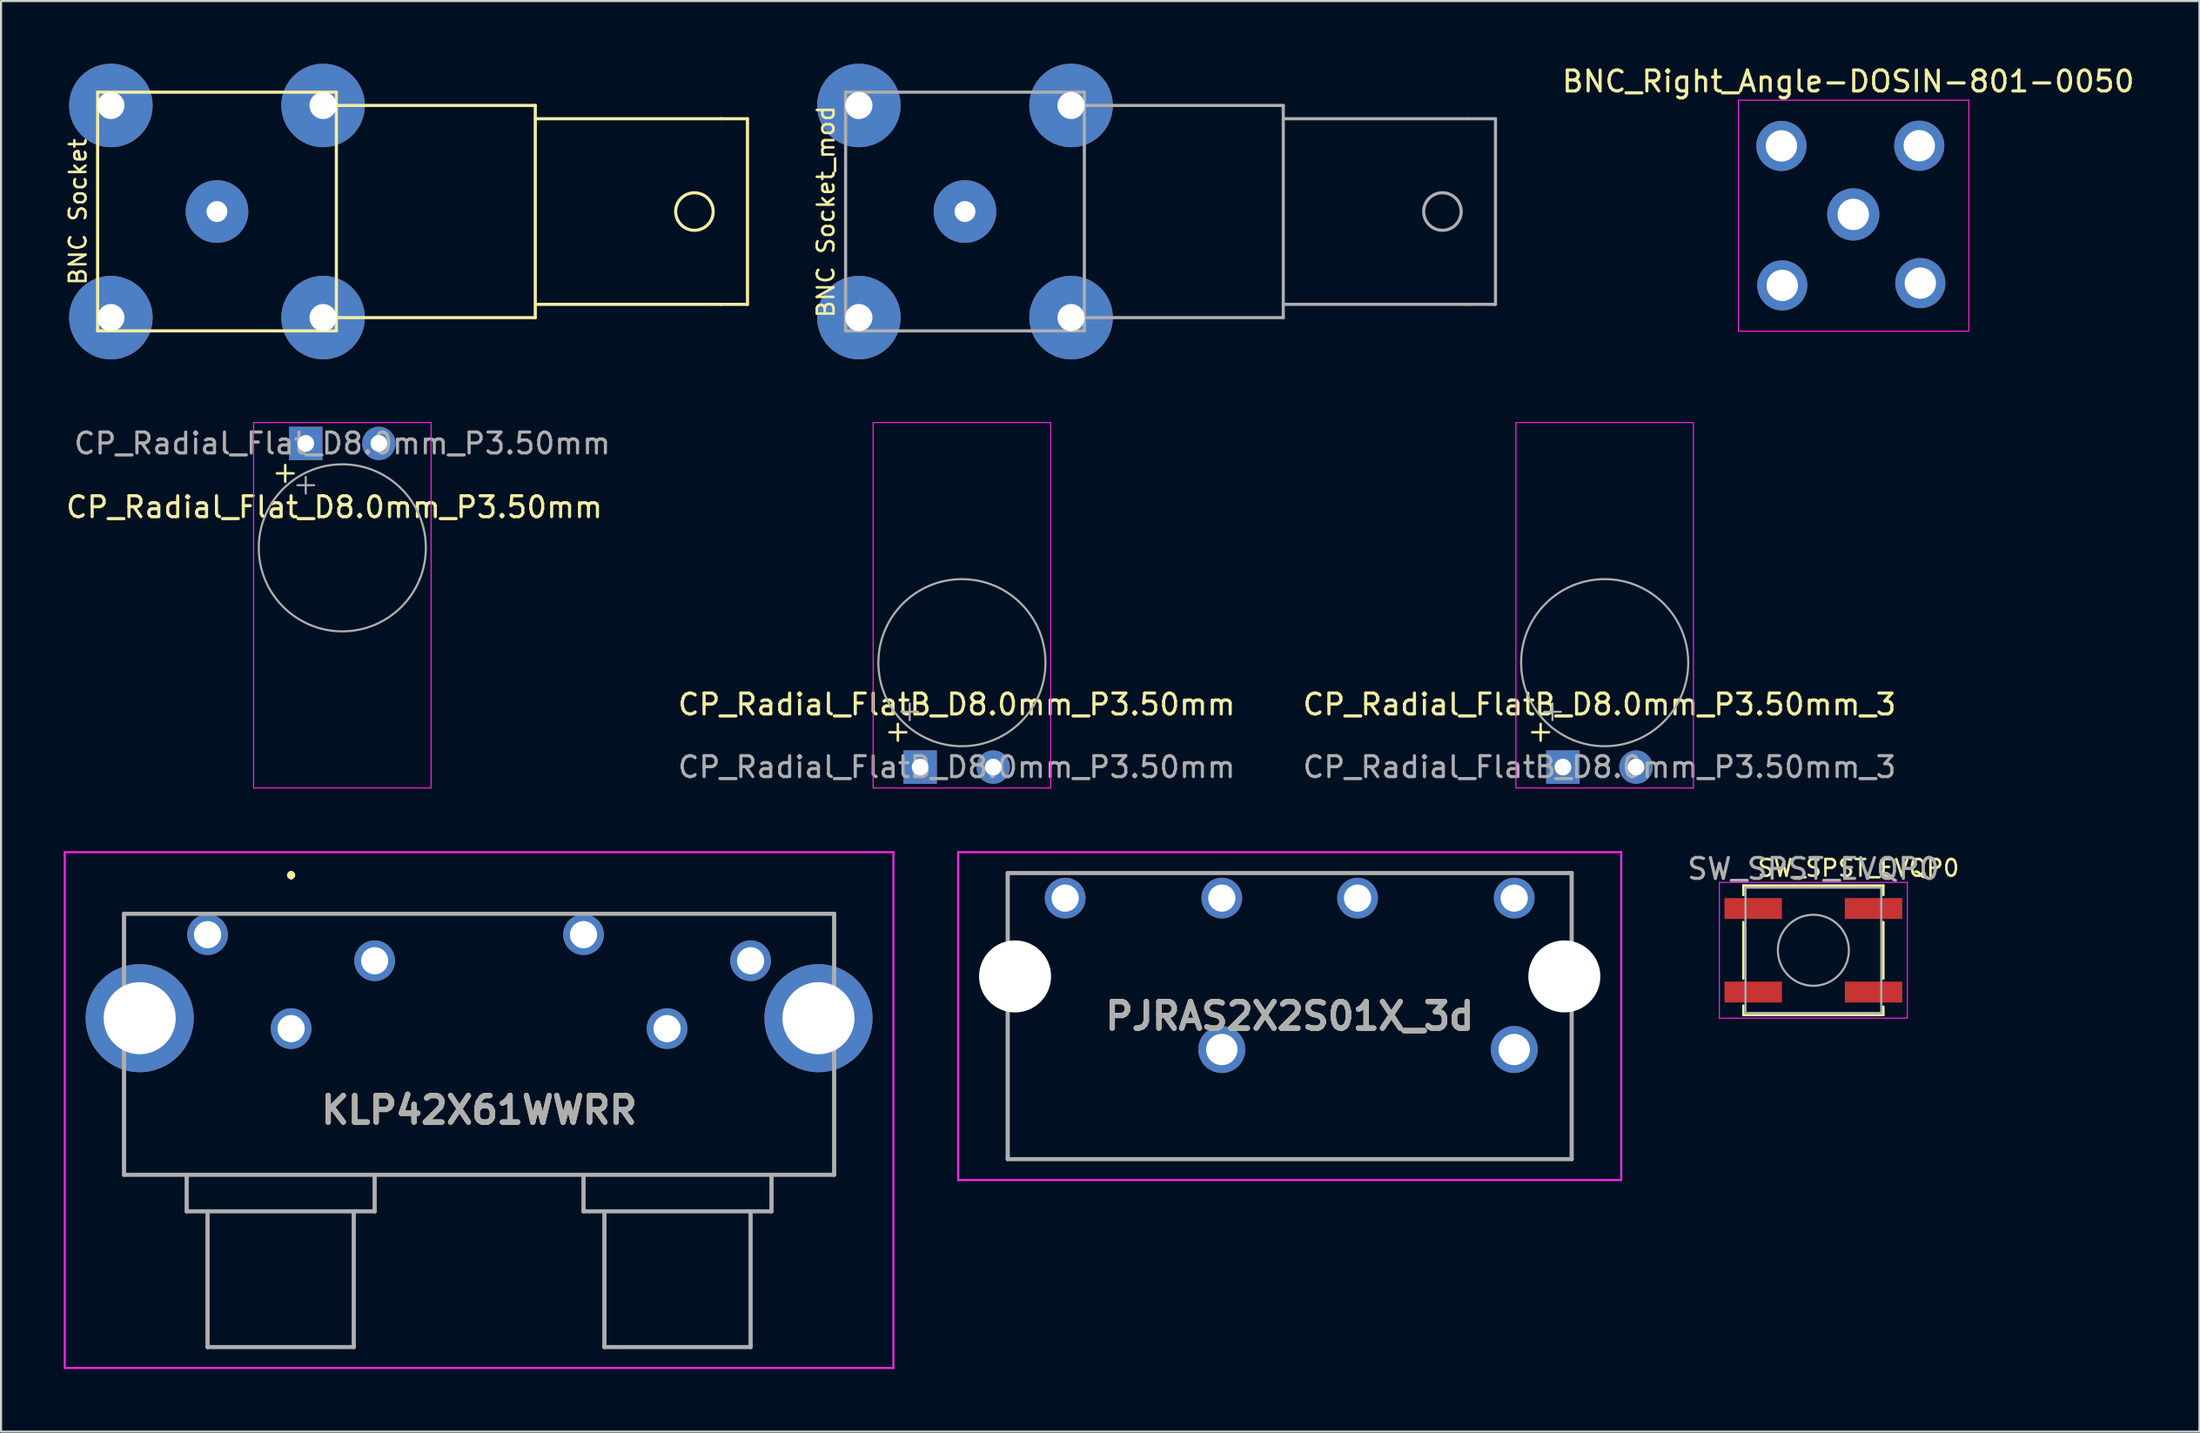
<source format=kicad_pcb>
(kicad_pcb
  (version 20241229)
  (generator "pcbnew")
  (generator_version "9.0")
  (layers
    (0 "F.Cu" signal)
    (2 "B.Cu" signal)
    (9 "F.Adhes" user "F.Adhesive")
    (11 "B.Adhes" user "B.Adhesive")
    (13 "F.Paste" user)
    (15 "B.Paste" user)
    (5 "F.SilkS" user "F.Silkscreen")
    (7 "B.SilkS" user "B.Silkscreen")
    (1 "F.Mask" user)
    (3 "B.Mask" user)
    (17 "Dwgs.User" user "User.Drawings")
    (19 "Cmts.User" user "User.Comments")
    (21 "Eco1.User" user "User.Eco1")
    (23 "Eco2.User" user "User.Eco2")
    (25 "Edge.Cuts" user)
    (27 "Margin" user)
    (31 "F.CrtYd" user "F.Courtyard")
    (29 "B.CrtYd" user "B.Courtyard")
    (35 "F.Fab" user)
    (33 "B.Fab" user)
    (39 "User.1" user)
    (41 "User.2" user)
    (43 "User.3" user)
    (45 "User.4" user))
  (footprint "SW_SPST_EVQP0"
    (layer "F.Cu")
    (at 83.772 42.458)
    (property "Reference" "SW_SPST_EVQP0" (at 2.159 -3.937 180) (layer "F.SilkS") (effects (font (size 0.8 0.8) (thickness 0.12))))
    (attr smd)
    (fp_line (start -3.35 -3.1) (end 3.35 -3.1) (stroke (width 0.12) (type solid)) (layer "F.SilkS"))
    (fp_line (start -3.35 -2.65) (end -3.35 -3.1) (stroke (width 0.12) (type solid)) (layer "F.SilkS"))
    (fp_line (start -3.35 1.35) (end -3.35 -1.35) (stroke (width 0.12) (type solid)) (layer "F.SilkS"))
    (fp_line (start -3.35 2.65) (end -3.35 3.1) (stroke (width 0.12) (type solid)) (layer "F.SilkS"))
    (fp_line (start -3.35 3.1) (end 3.35 3.1) (stroke (width 0.12) (type solid)) (layer "F.SilkS"))
    (fp_line (start 3.35 -3.1) (end 3.35 -2.65) (stroke (width 0.12) (type solid)) (layer "F.SilkS"))
    (fp_line (start 3.35 -1.35) (end 3.35 1.35) (stroke (width 0.12) (type solid)) (layer "F.SilkS"))
    (fp_line (start 3.35 3.1) (end 3.35 2.7) (stroke (width 0.12) (type solid)) (layer "F.SilkS"))
    (fp_line (start -4.5 -3.25) (end 4.5 -3.25) (stroke (width 0.05) (type solid)) (layer "F.CrtYd"))
    (fp_line (start -4.5 3.25) (end -4.5 -3.25) (stroke (width 0.05) (type solid)) (layer "F.CrtYd"))
    (fp_line (start 4.5 -3.25) (end 4.5 3.25) (stroke (width 0.05) (type solid)) (layer "F.CrtYd"))
    (fp_line (start 4.5 3.25) (end -4.5 3.25) (stroke (width 0.05) (type solid)) (layer "F.CrtYd"))
    (fp_line (start -3.25 -3) (end 3.25 -3) (stroke (width 0.1) (type solid)) (layer "F.Fab"))
    (fp_line (start -3.25 3) (end -3.25 -3) (stroke (width 0.1) (type solid)) (layer "F.Fab"))
    (fp_line (start 3.25 -3) (end 3.25 3) (stroke (width 0.1) (type solid)) (layer "F.Fab"))
    (fp_line (start 3.25 3) (end -3.25 3) (stroke (width 0.1) (type solid)) (layer "F.Fab"))
    (fp_circle (center 0 0) (end 1.7 0) (stroke (width 0.1) (type solid)) (fill no) (layer "F.Fab"))
    (fp_text user "${REFERENCE}" (at 0 -3.9 180) (layer "F.Fab") (effects (font (size 1 1) (thickness 0.15))))
    (pad "1" smd rect (at -2.88 -2) (size 2.75 1) (layers "F.Cu" "F.Mask" "F.Paste"))
    (pad "1" smd rect (at 2.88 -2) (size 2.75 1) (layers "F.Cu" "F.Mask" "F.Paste"))
    (pad "2" smd rect (at -2.88 2) (size 2.75 1) (layers "F.Cu" "F.Mask" "F.Paste"))
    (pad "2" smd rect (at 2.88 2) (size 2.75 1) (layers "F.Cu" "F.Mask" "F.Paste")))
  (footprint "CP_Radial_FlatB_D8.0mm_P3.50mm_3"
    (layer "F.Cu")
    (at 71.78 33.685)
    (property "Reference" "CP_Radial_FlatB_D8.0mm_P3.50mm_3" (at 1.75 -3 0) (layer "F.SilkS") (effects (font (size 1 1) (thickness 0.15))))
    (attr through_hole)
    (fp_line (start -1.468 -1.667) (end -0.667 -1.667) (stroke (width 0.12) (type solid)) (layer "F.SilkS"))
    (fp_line (start -1.067 -1.267) (end -1.067 -2.067) (stroke (width 0.12) (type solid)) (layer "F.SilkS"))
    (fp_rect (start -2.25 -16.5) (end 6.25 1) (stroke (width 0.05) (type default)) (fill no) (layer "F.CrtYd"))
    (fp_line (start -0.9 -2.65) (end -0.1 -2.65) (stroke (width 0.1) (type solid)) (layer "F.Fab"))
    (fp_line (start -0.5 -2.25) (end -0.5 -3.05) (stroke (width 0.1) (type solid)) (layer "F.Fab"))
    (fp_circle (center 2 -5) (end 6 -5) (stroke (width 0.1) (type solid)) (fill no) (layer "F.Fab"))
    (fp_text user "${REFERENCE}" (at 1.75 0 0) (layer "F.Fab") (effects (font (size 1 1) (thickness 0.15))))
    (pad "1" thru_hole rect (at 0 0) (size 1.6 1.6) (drill 0.8) (layers "*.Cu" "*.Mask"))
    (pad "2" thru_hole circle (at 3.5 0) (size 1.6 1.6) (drill 0.8) (layers "*.Cu" "*.Mask")))
  (footprint "BNC Socket"
    (layer "F.Cu")
    (at 7.339 7.08)
    (property "Reference" "BNC Socket" (at -6.66 0.01 270) (layer "F.SilkS") (effects (font (size 0.8 0.8) (thickness 0.12))))
    (attr through_hole)
    (fp_line (start -5.715 -5.715) (end 5.715 -5.715) (stroke (width 0.15) (type solid)) (layer "F.SilkS"))
    (fp_line (start -5.715 5.715) (end -5.715 -5.715) (stroke (width 0.15) (type solid)) (layer "F.SilkS"))
    (fp_line (start 5.715 -5.715) (end 5.715 5.715) (stroke (width 0.15) (type solid)) (layer "F.SilkS"))
    (fp_line (start 5.715 -5.08) (end 15.24 -5.08) (stroke (width 0.15) (type solid)) (layer "F.SilkS"))
    (fp_line (start 5.715 5.715) (end -5.715 5.715) (stroke (width 0.15) (type solid)) (layer "F.SilkS"))
    (fp_line (start 15.24 -5.08) (end 15.24 5.08) (stroke (width 0.15) (type solid)) (layer "F.SilkS"))
    (fp_line (start 15.24 -4.445) (end 24.13 -4.445) (stroke (width 0.15) (type solid)) (layer "F.SilkS"))
    (fp_line (start 15.24 5.08) (end 5.715 5.08) (stroke (width 0.15) (type solid)) (layer "F.SilkS"))
    (fp_line (start 24.13 -4.445) (end 25.4 -4.445) (stroke (width 0.15) (type solid)) (layer "F.SilkS"))
    (fp_line (start 24.13 4.445) (end 15.24 4.445) (stroke (width 0.15) (type solid)) (layer "F.SilkS"))
    (fp_line (start 25.4 -4.445) (end 25.4 4.445) (stroke (width 0.15) (type solid)) (layer "F.SilkS"))
    (fp_line (start 25.4 4.445) (end 24.13 4.445) (stroke (width 0.15) (type solid)) (layer "F.SilkS"))
    (fp_circle (center 22.86 0) (end 23.495 0.635) (stroke (width 0.15) (type solid)) (fill no) (layer "F.SilkS"))
    (pad "1" thru_hole circle (at 0 0) (size 3 3) (drill 1) (layers "*.Cu" "*.Mask"))
    (pad "2" thru_hole circle (at 5.08 -5.08) (size 4 4) (drill 1.3) (layers "*.Cu" "*.Mask"))
    (pad "3" thru_hole circle (at 5.08 5.08) (size 4 4) (drill 1.3) (layers "*.Cu" "*.Mask"))
    (pad "4" thru_hole circle (at -5.08 5.08) (size 4 4) (drill 1.3) (layers "*.Cu" "*.Mask"))
    (pad "5" thru_hole circle (at -5.08 -5.08) (size 4 4) (drill 1.3) (layers "*.Cu" "*.Mask")))
  (footprint "KLP42X61WWRR"
    (layer "F.Cu")
    (at 10.888 46.21)
    (property "Reference" "KLP42X61WWRR" (at 9 3.9 0) (layer "F.SilkS") (effects (font (size 1.27 1.27) (thickness 0.254))))
    (attr through_hole)
    (fp_line (start -8 -5.5) (end -6 -5.5) (stroke (width 0.1) (type solid)) (layer "F.SilkS"))
    (fp_line (start -8 2.75) (end -8 7) (stroke (width 0.1) (type solid)) (layer "F.SilkS"))
    (fp_line (start -8 7) (end 26 7) (stroke (width 0.1) (type solid)) (layer "F.SilkS"))
    (fp_line (start -2 -5.5) (end 11 -5.5) (stroke (width 0.1) (type solid)) (layer "F.SilkS"))
    (fp_line (start 0 -7.45) (end 0 -7.45) (stroke (width 0.2) (type solid)) (layer "F.SilkS"))
    (fp_line (start 0 -7.25) (end 0 -7.25) (stroke (width 0.2) (type solid)) (layer "F.SilkS"))
    (fp_line (start 26 -5.5) (end 16 -5.5) (stroke (width 0.1) (type solid)) (layer "F.SilkS"))
    (fp_line (start 26 7) (end 26 2.75) (stroke (width 0.1) (type solid)) (layer "F.SilkS"))
    (fp_arc (start 0 -7.45) (mid 0.1 -7.35) (end 0 -7.25) (stroke (width 0.2) (type solid)) (layer "F.SilkS"))
    (fp_arc (start 0 -7.25) (mid -0.1 -7.35) (end 0 -7.45) (stroke (width 0.2) (type solid)) (layer "F.SilkS"))
    (fp_line (start -10.838 -8.45) (end -10.838 16.25) (stroke (width 0.1) (type solid)) (layer "F.CrtYd"))
    (fp_line (start -10.838 16.25) (end 28.837 16.25) (stroke (width 0.1) (type solid)) (layer "F.CrtYd"))
    (fp_line (start 28.837 -8.45) (end -10.838 -8.45) (stroke (width 0.1) (type solid)) (layer "F.CrtYd"))
    (fp_line (start 28.837 16.25) (end 28.837 -8.45) (stroke (width 0.1) (type solid)) (layer "F.CrtYd"))
    (fp_line (start -8 -5.5) (end -8 7) (stroke (width 0.2) (type solid)) (layer "F.Fab"))
    (fp_line (start -8 7) (end 26 7) (stroke (width 0.2) (type solid)) (layer "F.Fab"))
    (fp_line (start -5 7) (end -5 8.75) (stroke (width 0.2) (type solid)) (layer "F.Fab"))
    (fp_line (start -5 8.75) (end 4 8.75) (stroke (width 0.2) (type solid)) (layer "F.Fab"))
    (fp_line (start -4 8.75) (end -4 15.25) (stroke (width 0.2) (type solid)) (layer "F.Fab"))
    (fp_line (start -4 15.25) (end 3 15.25) (stroke (width 0.2) (type solid)) (layer "F.Fab"))
    (fp_line (start 3 15.25) (end 3 8.75) (stroke (width 0.2) (type solid)) (layer "F.Fab"))
    (fp_line (start 4 8.75) (end 4 7) (stroke (width 0.2) (type solid)) (layer "F.Fab"))
    (fp_line (start 14 8.75) (end 14 7) (stroke (width 0.2) (type solid)) (layer "F.Fab"))
    (fp_line (start 15 15.25) (end 15 8.75) (stroke (width 0.2) (type solid)) (layer "F.Fab"))
    (fp_line (start 22 8.75) (end 22 15.25) (stroke (width 0.2) (type solid)) (layer "F.Fab"))
    (fp_line (start 22 15.25) (end 15 15.25) (stroke (width 0.2) (type solid)) (layer "F.Fab"))
    (fp_line (start 23 7) (end 23 8.75) (stroke (width 0.2) (type solid)) (layer "F.Fab"))
    (fp_line (start 23 8.75) (end 14 8.75) (stroke (width 0.2) (type solid)) (layer "F.Fab"))
    (fp_line (start 26 -5.5) (end -8 -5.5) (stroke (width 0.2) (type solid)) (layer "F.Fab"))
    (fp_line (start 26 7) (end 26 -5.5) (stroke (width 0.2) (type solid)) (layer "F.Fab"))
    (fp_text user "${REFERENCE}" (at 9 3.9 0) (layer "F.Fab") (effects (font (size 1.27 1.27) (thickness 0.254))))
    (pad "1" thru_hole circle (at 0 0) (size 1.95 1.95) (drill 1.3) (layers "*.Cu" "*.Mask"))
    (pad "2" thru_hole circle (at -4 -4.5) (size 1.95 1.95) (drill 1.3) (layers "*.Cu" "*.Mask"))
    (pad "3" thru_hole circle (at 4 -3.25) (size 1.95 1.95) (drill 1.3) (layers "*.Cu" "*.Mask"))
    (pad "4" thru_hole circle (at 18 0) (size 1.95 1.95) (drill 1.3) (layers "*.Cu" "*.Mask"))
    (pad "5" thru_hole circle (at 14 -4.5) (size 1.95 1.95) (drill 1.3) (layers "*.Cu" "*.Mask"))
    (pad "6" thru_hole circle (at 22 -3.25) (size 1.95 1.95) (drill 1.3) (layers "*.Cu" "*.Mask"))
    (pad "MH1" thru_hole circle (at -7.25 -0.5) (size 5.175 5.175) (drill 3.45) (layers "*.Cu" "*.Mask"))
    (pad "MH2" thru_hole circle (at 25.25 -0.5) (size 5.175 5.175) (drill 3.45) (layers "*.Cu" "*.Mask")))
  (footprint "BNC_Right_Angle-DOSIN-801-0050"
    (layer "F.Cu")
    (at 85.683 7.218)
    (property "Reference" "BNC_Right_Angle-DOSIN-801-0050" (at -0.24 -6.37 0) (layer "F.SilkS") (effects (font (size 1 1) (thickness 0.15))))
    (attr through_hole dnp)
    (fp_line (start -5.5 -5.47) (end 5.53 -5.47) (stroke (width 0.05) (type solid)) (layer "F.CrtYd"))
    (fp_line (start -5.5 5.59) (end -5.5 -5.47) (stroke (width 0.05) (type solid)) (layer "F.CrtYd"))
    (fp_line (start 5.53 -5.47) (end 5.53 5.59) (stroke (width 0.05) (type solid)) (layer "F.CrtYd"))
    (fp_line (start 5.53 5.59) (end -5.5 5.59) (stroke (width 0.05) (type solid)) (layer "F.CrtYd"))
    (pad "1" thru_hole circle (at 0 0) (size 2.5 2.5) (drill 1.5) (layers "*.Cu" "*.Mask"))
    (pad "2" thru_hole circle (at -3.44 -3.28) (size 2.4 2.4) (drill 1.5) (layers "*.Cu" "*.Mask"))
    (pad "3" thru_hole circle (at 3.16 -3.29) (size 2.4 2.4) (drill 1.5) (layers "*.Cu" "*.Mask"))
    (pad "4" thru_hole circle (at -3.4 3.4) (size 2.4 2.4) (drill 1.5) (layers "*.Cu" "*.Mask"))
    (pad "5" thru_hole circle (at 3.21 3.29) (size 2.4 2.4) (drill 1.5) (layers "*.Cu" "*.Mask")))
  (footprint "BNC Socket_mod"
    (layer "F.Cu")
    (at 43.152 7.08)
    (property "Reference" "BNC Socket_mod" (at -6.66 0.01 270) (layer "F.SilkS") (effects (font (size 0.8 0.8) (thickness 0.12))))
    (attr through_hole)
    (fp_line (start -5.715 -5.715) (end 5.715 -5.715) (stroke (width 0.15) (type solid)) (layer "F.Fab"))
    (fp_line (start -5.715 5.715) (end -5.715 -5.715) (stroke (width 0.15) (type solid)) (layer "F.Fab"))
    (fp_line (start 5.715 -5.715) (end 5.715 5.715) (stroke (width 0.15) (type solid)) (layer "F.Fab"))
    (fp_line (start 5.715 -5.08) (end 15.24 -5.08) (stroke (width 0.15) (type solid)) (layer "F.Fab"))
    (fp_line (start 5.715 5.715) (end -5.715 5.715) (stroke (width 0.15) (type solid)) (layer "F.Fab"))
    (fp_line (start 15.24 -5.08) (end 15.24 5.08) (stroke (width 0.15) (type solid)) (layer "F.Fab"))
    (fp_line (start 15.24 -4.445) (end 24.13 -4.445) (stroke (width 0.15) (type solid)) (layer "F.Fab"))
    (fp_line (start 15.24 5.08) (end 5.715 5.08) (stroke (width 0.15) (type solid)) (layer "F.Fab"))
    (fp_line (start 24.13 -4.445) (end 25.4 -4.445) (stroke (width 0.15) (type solid)) (layer "F.Fab"))
    (fp_line (start 24.13 4.445) (end 15.24 4.445) (stroke (width 0.15) (type solid)) (layer "F.Fab"))
    (fp_line (start 25.4 -4.445) (end 25.4 4.445) (stroke (width 0.15) (type solid)) (layer "F.Fab"))
    (fp_line (start 25.4 4.445) (end 24.13 4.445) (stroke (width 0.15) (type solid)) (layer "F.Fab"))
    (fp_circle (center 22.86 0) (end 23.758 0) (stroke (width 0.15) (type solid)) (fill no) (layer "F.Fab"))
    (pad "1" thru_hole circle (at 0 0) (size 3 3) (drill 1) (layers "*.Cu" "*.Mask"))
    (pad "2" thru_hole circle (at 5.08 -5.08) (size 4 4) (drill 1.3) (layers "*.Cu" "*.Mask"))
    (pad "3" thru_hole circle (at 5.08 5.08) (size 4 4) (drill 1.3) (layers "*.Cu" "*.Mask"))
    (pad "4" thru_hole circle (at -5.08 5.08) (size 4 4) (drill 1.3) (layers "*.Cu" "*.Mask"))
    (pad "5" thru_hole circle (at -5.08 -5.08) (size 4 4) (drill 1.3) (layers "*.Cu" "*.Mask")))
  (footprint "CP_Radial_Flat_D8.0mm_P3.50mm"
    (layer "F.Cu")
    (at 11.589 18.185)
    (property "Reference" "CP_Radial_Flat_D8.0mm_P3.50mm" (at 1.369 3.051 0) (layer "F.SilkS") (effects (font (size 1 1) (thickness 0.15))))
    (attr through_hole)
    (fp_line (start -1.383 1.433) (end -0.583 1.433) (stroke (width 0.12) (type solid)) (layer "F.SilkS"))
    (fp_line (start -0.983 1.032) (end -0.983 1.833) (stroke (width 0.12) (type solid)) (layer "F.SilkS"))
    (fp_rect (start -2.5 -1) (end 6 16.5) (stroke (width 0.05) (type default)) (fill no) (layer "F.CrtYd"))
    (fp_line (start -0.4 2) (end 0.4 2) (stroke (width 0.1) (type solid)) (layer "F.Fab"))
    (fp_line (start 0 1.6) (end 0 2.4) (stroke (width 0.1) (type solid)) (layer "F.Fab"))
    (fp_circle (center 1.75 5) (end 5.75 5) (stroke (width 0.1) (type solid)) (fill no) (layer "F.Fab"))
    (fp_text user "${REFERENCE}" (at 1.75 0 0) (layer "F.Fab") (effects (font (size 1 1) (thickness 0.15))))
    (pad "1" thru_hole rect (at 0 0) (size 1.6 1.6) (drill 0.8) (layers "*.Cu" "*.Mask"))
    (pad "2" thru_hole circle (at 3.5 0) (size 1.6 1.6) (drill 0.8) (layers "*.Cu" "*.Mask")))
  (footprint "PJRAS2X2S01X_3d"
    (layer "F.Cu")
    (at 58.699 45.61)
    (property "Reference" "PJRAS2X2S01X_3d" (at 0 0 180) (layer "F.SilkS") (effects (font (size 1.27 1.27) (thickness 0.254))))
    (attr through_hole)
    (fp_line (start -13.5 -6.85) (end 13.5 -6.85) (stroke (width 0.1) (type solid)) (layer "F.SilkS"))
    (fp_line (start -13.5 -4.275) (end -13.5 -6.85) (stroke (width 0.1) (type solid)) (layer "F.SilkS"))
    (fp_line (start -13.5 0.225) (end -13.5 6.85) (stroke (width 0.1) (type solid)) (layer "F.SilkS"))
    (fp_line (start -13.5 6.85) (end 13.5 6.85) (stroke (width 0.1) (type solid)) (layer "F.SilkS"))
    (fp_line (start 13.5 -6.85) (end 13.5 -4.275) (stroke (width 0.1) (type solid)) (layer "F.SilkS"))
    (fp_line (start 13.5 6.85) (end 13.5 0.225) (stroke (width 0.1) (type solid)) (layer "F.SilkS"))
    (fp_line (start -15.874 -7.85) (end 15.874 -7.85) (stroke (width 0.1) (type solid)) (layer "F.CrtYd"))
    (fp_line (start -15.874 7.85) (end -15.874 -7.85) (stroke (width 0.1) (type solid)) (layer "F.CrtYd"))
    (fp_line (start 15.874 -7.85) (end 15.874 7.85) (stroke (width 0.1) (type solid)) (layer "F.CrtYd"))
    (fp_line (start 15.874 7.85) (end -15.874 7.85) (stroke (width 0.1) (type solid)) (layer "F.CrtYd"))
    (fp_line (start -13.5 -6.85) (end 13.5 -6.85) (stroke (width 0.2) (type solid)) (layer "F.Fab"))
    (fp_line (start -13.5 6.85) (end -13.5 -6.85) (stroke (width 0.2) (type solid)) (layer "F.Fab"))
    (fp_line (start 13.5 -6.85) (end 13.5 6.85) (stroke (width 0.2) (type solid)) (layer "F.Fab"))
    (fp_line (start 13.5 6.85) (end -13.5 6.85) (stroke (width 0.2) (type solid)) (layer "F.Fab"))
    (fp_text user "${REFERENCE}" (at 0 0 180) (layer "F.Fab") (effects (font (size 1.27 1.27) (thickness 0.254))))
    (pad "" np_thru_hole circle (at -13.15 -1.9) (size 3.448 3.448) (drill 3.448) (layers "*.Cu" "*.Mask"))
    (pad "" np_thru_hole circle (at 13.15 -1.9) (size 3.448 3.448) (drill 3.448) (layers "*.Cu" "*.Mask"))
    (pad "1" thru_hole circle (at -10.75 -5.65) (size 1.95 1.95) (drill 1.3) (layers "*.Cu" "*.Mask"))
    (pad "2" thru_hole circle (at -3.25 -5.65) (size 1.95 1.95) (drill 1.3) (layers "*.Cu" "*.Mask"))
    (pad "3" thru_hole circle (at 3.25 -5.65) (size 1.95 1.95) (drill 1.3) (layers "*.Cu" "*.Mask"))
    (pad "4" thru_hole circle (at 10.75 -5.65) (size 1.95 1.95) (drill 1.3) (layers "*.Cu" "*.Mask"))
    (pad "5" thru_hole circle (at -3.25 1.6) (size 2.25 2.25) (drill 1.5) (layers "*.Cu" "*.Mask"))
    (pad "6" thru_hole circle (at 10.75 1.6) (size 2.25 2.25) (drill 1.5) (layers "*.Cu" "*.Mask")))
  (footprint "CP_Radial_FlatB_D8.0mm_P3.50mm"
    (layer "F.Cu")
    (at 41.006 33.685)
    (property "Reference" "CP_Radial_FlatB_D8.0mm_P3.50mm" (at 1.75 -3 0) (layer "F.SilkS") (effects (font (size 1 1) (thickness 0.15))))
    (attr through_hole)
    (fp_line (start -1.468 -1.667) (end -0.667 -1.667) (stroke (width 0.12) (type solid)) (layer "F.SilkS"))
    (fp_line (start -1.067 -1.267) (end -1.067 -2.067) (stroke (width 0.12) (type solid)) (layer "F.SilkS"))
    (fp_rect (start -2.25 -16.5) (end 6.25 1) (stroke (width 0.05) (type default)) (fill no) (layer "F.CrtYd"))
    (fp_line (start -0.9 -2.65) (end -0.1 -2.65) (stroke (width 0.1) (type solid)) (layer "F.Fab"))
    (fp_line (start -0.5 -2.25) (end -0.5 -3.05) (stroke (width 0.1) (type solid)) (layer "F.Fab"))
    (fp_circle (center 2 -5) (end 6 -5) (stroke (width 0.1) (type solid)) (fill no) (layer "F.Fab"))
    (fp_text user "${REFERENCE}" (at 1.75 0 0) (layer "F.Fab") (effects (font (size 1 1) (thickness 0.15))))
    (pad "1" thru_hole rect (at 0 0) (size 1.6 1.6) (drill 0.8) (layers "*.Cu" "*.Mask"))
    (pad "2" thru_hole circle (at 3.5 0) (size 1.6 1.6) (drill 0.8) (layers "*.Cu" "*.Mask")))
  (gr_rect
    (start -3 -3)
    (end 102.258 65.51)
    (stroke (width 0.1) (type default))
    (fill no)
    (layer "Edge.Cuts")))
</source>
